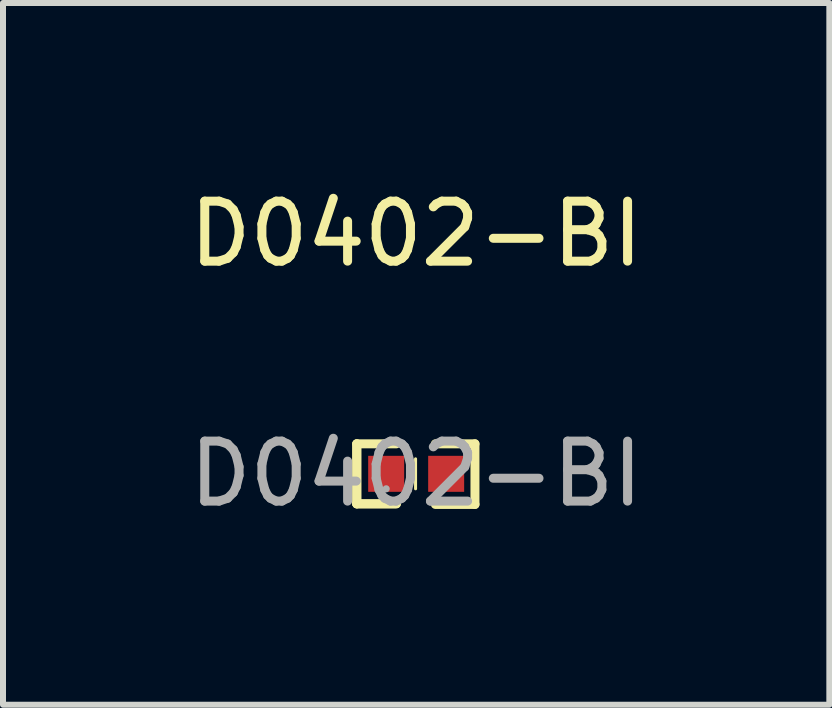
<source format=kicad_pcb>
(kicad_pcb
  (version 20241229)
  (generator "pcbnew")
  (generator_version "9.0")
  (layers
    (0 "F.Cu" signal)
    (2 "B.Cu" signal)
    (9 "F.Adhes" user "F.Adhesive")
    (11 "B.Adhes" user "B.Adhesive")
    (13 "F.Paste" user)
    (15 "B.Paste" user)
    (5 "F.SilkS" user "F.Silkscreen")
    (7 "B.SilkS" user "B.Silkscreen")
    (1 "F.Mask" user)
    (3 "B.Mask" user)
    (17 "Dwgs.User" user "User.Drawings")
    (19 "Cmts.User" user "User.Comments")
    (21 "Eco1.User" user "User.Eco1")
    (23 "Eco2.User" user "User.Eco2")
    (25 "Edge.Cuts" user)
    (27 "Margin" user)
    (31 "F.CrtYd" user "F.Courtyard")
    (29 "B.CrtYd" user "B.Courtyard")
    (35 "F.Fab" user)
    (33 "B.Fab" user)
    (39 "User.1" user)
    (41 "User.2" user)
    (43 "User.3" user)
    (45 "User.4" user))
  (footprint "D0402-BI"
    (layer "F.Cu")
    (at 3.887 4.848)
    (property "Reference" "D0402-BI" (at 0 -4 0) (layer "F.SilkS") (effects (font (size 1 1) (thickness 0.15))))
    (attr smd)
    (fp_line (start -0.99 -0.5) (end -0.99 0.5) (stroke (width 0.15) (type solid)) (layer "F.SilkS"))
    (fp_line (start -0.99 -0.5) (end -0.99 0.5) (stroke (width 0.15) (type solid)) (layer "F.SilkS"))
    (fp_line (start -0.99 0.5) (end -0.33 0.5) (stroke (width 0.15) (type solid)) (layer "F.SilkS"))
    (fp_line (start -0.99 0.5) (end -0.33 0.5) (stroke (width 0.15) (type solid)) (layer "F.SilkS"))
    (fp_line (start -0.33 -0.5) (end -0.99 -0.5) (stroke (width 0.15) (type solid)) (layer "F.SilkS"))
    (fp_line (start -0.01 -0.25) (end -0.01 0.25) (stroke (width 0.05) (type solid)) (layer "F.SilkS"))
    (fp_line (start 0.32 0.51) (end 0.98 0.51) (stroke (width 0.15) (type solid)) (layer "F.SilkS"))
    (fp_line (start 0.98 -0.5) (end 0.32 -0.5) (stroke (width 0.15) (type solid)) (layer "F.SilkS"))
    (fp_line (start 0.98 0.51) (end 0.98 -0.5) (stroke (width 0.15) (type solid)) (layer "F.SilkS"))
    (fp_circle (center -0.5 0.25) (end -0.47 0.25) (stroke (width 0.06) (type solid)) (fill no) (layer "F.Fab"))
    (fp_text user "${REFERENCE}" (at 0 0 0) (layer "F.Fab") (effects (font (size 1 1) (thickness 0.15))))
    (pad "1" smd rect (at -0.5 0) (size 0.6 0.6) (layers "F.Cu" "F.Mask" "F.Paste"))
    (pad "2" smd rect (at 0.5 0) (size 0.6 0.6) (layers "F.Cu" "F.Mask" "F.Paste")))
  (gr_rect
    (start -3 -3)
    (end 10.774 8.697)
    (stroke (width 0.1) (type default))
    (fill no)
    (layer "Edge.Cuts")))
</source>
